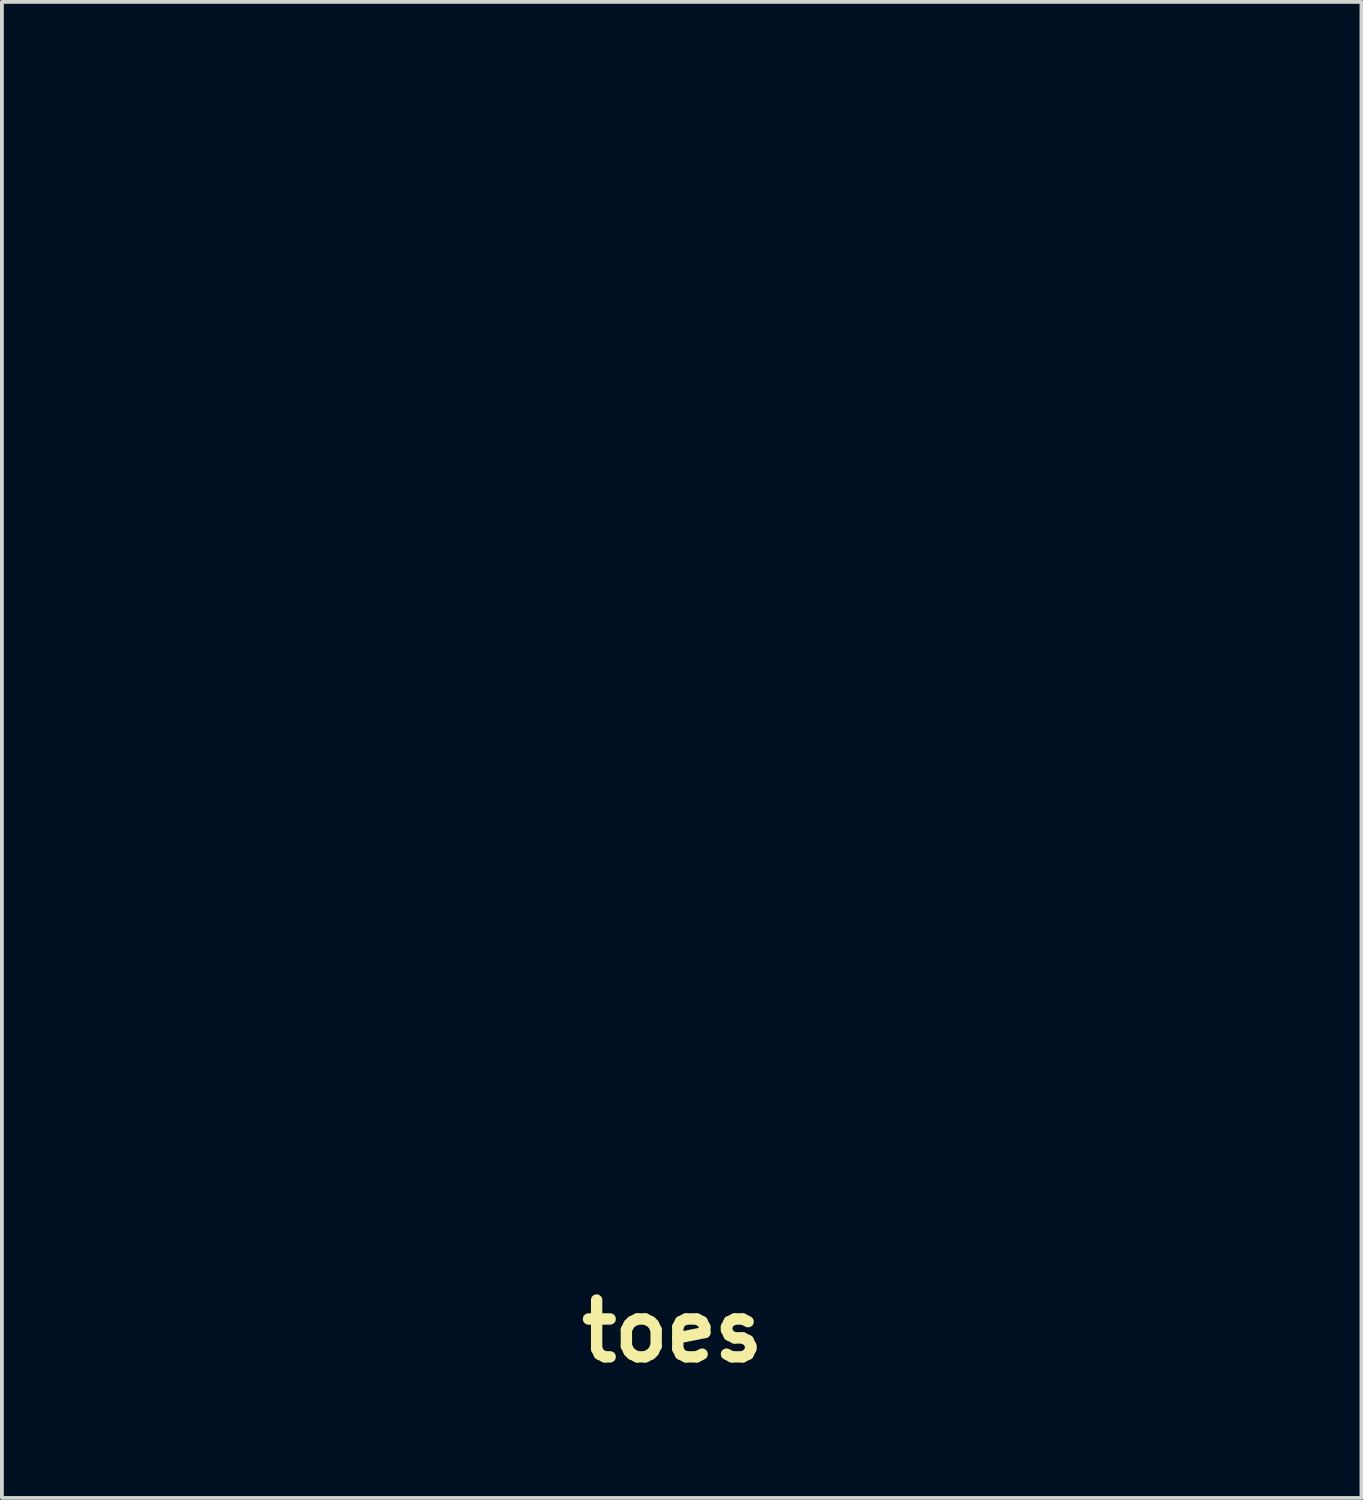
<source format=kicad_pcb>
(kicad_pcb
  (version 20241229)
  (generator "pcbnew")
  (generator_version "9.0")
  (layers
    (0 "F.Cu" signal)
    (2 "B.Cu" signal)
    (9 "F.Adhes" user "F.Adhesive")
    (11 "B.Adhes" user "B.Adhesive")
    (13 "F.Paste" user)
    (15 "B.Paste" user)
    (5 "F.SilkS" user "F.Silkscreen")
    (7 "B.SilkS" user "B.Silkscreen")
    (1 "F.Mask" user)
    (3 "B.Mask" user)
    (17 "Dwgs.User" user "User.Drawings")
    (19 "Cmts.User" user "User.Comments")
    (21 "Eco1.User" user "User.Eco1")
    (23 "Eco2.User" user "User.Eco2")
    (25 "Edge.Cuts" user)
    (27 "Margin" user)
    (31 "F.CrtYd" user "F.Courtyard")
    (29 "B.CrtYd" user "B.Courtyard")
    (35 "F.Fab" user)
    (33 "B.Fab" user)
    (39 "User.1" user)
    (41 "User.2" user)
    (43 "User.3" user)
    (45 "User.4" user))
  (footprint "toes"
    (layer "F.Cu")
    (at 14.705 32.101)
    (property "Reference" "toes" (at 0 0 0) (layer "F.SilkS") (effects (font (size 1.5 1.5) (thickness 0.3))))
    (attr board_only exclude_from_pos_files exclude_from_bom)
    (fp_poly (pts (xy -13.063 -19.01) (xy -12.696 -18.828) (xy -12.365 -18.52) (xy -12.091 -18.094) (xy -11.967 -17.798) (xy -11.885 -17.454) (xy -11.834 -17.018) (xy -11.815 -16.544) (xy -11.828 -16.085) (xy -11.875 -15.696) (xy -11.935 -15.475) (xy -12.195 -14.986) (xy -12.518 -14.641) (xy -12.894 -14.448) (xy -13.316 -14.411) (xy -13.499 -14.442) (xy -13.813 -14.595) (xy -14.119 -14.88) (xy -14.384 -15.267) (xy -14.437 -15.369) (xy -14.552 -15.628) (xy -14.627 -15.874) (xy -14.672 -16.161) (xy -14.699 -16.543) (xy -14.705 -16.707) (xy -14.702 -17.048) (xy -14.7 -17.359) (xy -14.624 -17.882) (xy -14.472 -18.3) (xy -14.236 -18.641) (xy -14.173 -18.707) (xy -13.823 -18.958) (xy -13.446 -19.056)) (stroke (width 0) (type solid)) (fill yes) (layer "F.Mask"))
    (fp_poly (pts (xy -5.073 -27.011) (xy -4.562 -26.839) (xy -4.52 -26.818) (xy -4.07 -26.494) (xy -3.704 -26.052) (xy -3.419 -25.512) (xy -3.215 -24.897) (xy -3.09 -24.228) (xy -3.043 -23.528) (xy -3.071 -22.818) (xy -3.173 -22.119) (xy -3.348 -21.454) (xy -3.593 -20.844) (xy -3.909 -20.311) (xy -4.292 -19.876) (xy -4.742 -19.563) (xy -5.049 -19.439) (xy -5.353 -19.357) (xy -5.576 -19.327) (xy -5.796 -19.347) (xy -6.022 -19.395) (xy -6.45 -19.578) (xy -6.856 -19.903) (xy -7.217 -20.347) (xy -7.512 -20.885) (xy -7.648 -21.243) (xy -7.771 -21.769) (xy -7.847 -22.396) (xy -7.865 -22.837) (xy -7.874 -23.063) (xy -7.849 -23.709) (xy -7.771 -24.266) (xy -7.559 -25.019) (xy -7.27 -25.666) (xy -6.916 -26.198) (xy -6.508 -26.608) (xy -6.057 -26.886) (xy -5.575 -27.023)) (stroke (width 0) (type solid)) (fill yes) (layer "F.Mask"))
    (fp_poly (pts (xy 2.484 -29.566) (xy 2.979 -29.337) (xy 3.436 -28.96) (xy 3.842 -28.449) (xy 4.184 -27.824) (xy 4.45 -27.1) (xy 4.513 -26.863) (xy 4.603 -26.343) (xy 4.651 -25.715) (xy 4.658 -25.035) (xy 4.625 -24.36) (xy 4.553 -23.745) (xy 4.469 -23.339) (xy 4.203 -22.543) (xy 3.859 -21.836) (xy 3.449 -21.237) (xy 2.987 -20.765) (xy 2.502 -20.448) (xy 2.007 -20.294) (xy 1.458 -20.267) (xy 0.912 -20.366) (xy 0.599 -20.491) (xy 0.121 -20.819) (xy -0.304 -21.295) (xy -0.666 -21.903) (xy -0.955 -22.627) (xy -1.071 -23.035) (xy -1.153 -23.509) (xy -1.199 -24.095) (xy -1.211 -24.74) (xy -1.21 -24.769) (xy -1.189 -25.392) (xy -1.134 -25.998) (xy -1.046 -26.506) (xy -1.025 -26.589) (xy -0.752 -27.403) (xy -0.404 -28.106) (xy 0.008 -28.687) (xy 0.475 -29.14) (xy 0.987 -29.456) (xy 1.534 -29.626) (xy 2.105 -29.642)) (stroke (width 0) (type solid)) (fill yes) (layer "F.Mask"))
    (fp_poly (pts (xy -9.625 -23.096) (xy -9.202 -22.841) (xy -8.849 -22.461) (xy -8.791 -22.375) (xy -8.578 -21.988) (xy -8.43 -21.588) (xy -8.338 -21.132) (xy -8.293 -20.581) (xy -8.285 -20.101) (xy -8.288 -19.648) (xy -8.301 -19.321) (xy -8.33 -19.078) (xy -8.382 -18.878) (xy -8.461 -18.679) (xy -8.504 -18.587) (xy -8.755 -18.153) (xy -9.046 -17.81) (xy -9.347 -17.593) (xy -9.404 -17.568) (xy -9.732 -17.501) (xy -10.112 -17.505) (xy -10.466 -17.574) (xy -10.646 -17.653) (xy -10.998 -17.943) (xy -11.325 -18.353) (xy -11.588 -18.833) (xy -11.627 -18.924) (xy -11.705 -19.143) (xy -11.758 -19.366) (xy -11.791 -19.632) (xy -11.808 -19.98) (xy -11.814 -20.452) (xy -11.814 -20.522) (xy -11.813 -20.794) (xy -11.812 -20.998) (xy -11.801 -21.344) (xy -11.775 -21.599) (xy -11.731 -21.803) (xy -11.663 -21.993) (xy -11.617 -22.098) (xy -11.41 -22.455) (xy -11.137 -22.781) (xy -10.841 -23.036) (xy -10.563 -23.177) (xy -10.552 -23.179) (xy -10.085 -23.214)) (stroke (width 0) (type solid)) (fill yes) (layer "F.Mask"))
    (fp_poly (pts (xy 12.141 -32.032) (xy 12.818 -31.797) (xy 12.842 -31.785) (xy 13.4 -31.425) (xy 13.896 -30.92) (xy 14.323 -30.285) (xy 14.674 -29.532) (xy 14.942 -28.677) (xy 15.121 -27.733) (xy 15.195 -26.914) (xy 15.193 -25.814) (xy 15.081 -24.732) (xy 14.866 -23.685) (xy 14.557 -22.691) (xy 14.162 -21.767) (xy 13.687 -20.931) (xy 13.141 -20.199) (xy 12.532 -19.589) (xy 11.867 -19.118) (xy 11.655 -19.005) (xy 11.066 -18.79) (xy 10.437 -18.691) (xy 9.821 -18.712) (xy 9.361 -18.823) (xy 8.722 -19.14) (xy 8.156 -19.607) (xy 7.668 -20.219) (xy 7.258 -20.973) (xy 6.931 -21.866) (xy 6.878 -22.05) (xy 6.812 -22.308) (xy 6.763 -22.55) (xy 6.729 -22.806) (xy 6.707 -23.11) (xy 6.696 -23.493) (xy 6.692 -23.986) (xy 6.692 -24.257) (xy 6.692 -24.5) (xy 6.696 -25.074) (xy 6.704 -25.538) (xy 6.719 -25.901) (xy 6.746 -26.196) (xy 6.785 -26.458) (xy 6.841 -26.719) (xy 6.917 -27.013) (xy 6.92 -27.024) (xy 7.268 -28.12) (xy 7.689 -29.08) (xy 8.194 -29.926) (xy 8.794 -30.678) (xy 8.843 -30.731) (xy 9.476 -31.317) (xy 10.126 -31.742) (xy 10.791 -32.004) (xy 11.464 -32.101)) (stroke (width 0) (type solid)) (fill yes) (layer "F.Mask"))
    (zone (net_name "") (layer "F.Cu") (hatch edge 0.5) (connect_pads) (min_thickness 0.25) (filled_areas_thickness no) (keepout (tracks not_allowed) (vias not_allowed) (pads not_allowed) (copperpour not_allowed) (footprints not_allowed)) (placement (enabled no)) (fill) (polygon (pts (xy 1.642 13.091) (xy 2.01 13.273) (xy 2.341 13.581) (xy 2.615 14.007) (xy 2.738 14.303) (xy 2.821 14.647) (xy 2.872 15.083) (xy 2.891 15.557) (xy 2.877 16.015) (xy 2.83 16.405) (xy 2.77 16.625) (xy 2.51 17.115) (xy 2.187 17.46) (xy 1.811 17.653) (xy 1.389 17.69) (xy 1.206 17.658) (xy 0.893 17.506) (xy 0.586 17.221) (xy 0.321 16.834) (xy 0.268 16.732) (xy 0.153 16.473) (xy 0.078 16.227) (xy 0.033 15.94) (xy 0.007 15.558) (xy 0 15.393) (xy 0.003 15.053) (xy 0.006 14.741) (xy 0.081 14.219) (xy 0.233 13.801) (xy 0.469 13.46) (xy 0.533 13.394) (xy 0.883 13.143) (xy 1.26 13.045))))
    (zone (net_name "") (layer "F.Cu") (hatch edge 0.5) (connect_pads) (min_thickness 0.25) (filled_areas_thickness no) (keepout (tracks not_allowed) (vias not_allowed) (pads not_allowed) (copperpour not_allowed) (footprints not_allowed)) (placement (enabled no)) (fill) (polygon (pts (xy 9.633 5.09) (xy 10.144 5.261) (xy 10.185 5.283) (xy 10.635 5.606) (xy 11.002 6.049) (xy 11.286 6.589) (xy 11.49 7.204) (xy 11.615 7.872) (xy 11.663 8.573) (xy 11.635 9.283) (xy 11.533 9.982) (xy 11.358 10.647) (xy 11.112 11.257) (xy 10.797 11.79) (xy 10.413 12.224) (xy 9.964 12.538) (xy 9.656 12.661) (xy 9.352 12.744) (xy 9.129 12.773) (xy 8.909 12.754) (xy 8.684 12.706) (xy 8.255 12.523) (xy 7.849 12.198) (xy 7.488 11.753) (xy 7.194 11.216) (xy 7.058 10.858) (xy 6.935 10.332) (xy 6.858 9.705) (xy 6.84 9.264) (xy 6.831 9.038) (xy 6.857 8.392) (xy 6.935 7.835) (xy 7.147 7.082) (xy 7.436 6.435) (xy 7.79 5.902) (xy 8.198 5.493) (xy 8.648 5.215) (xy 9.131 5.078))))
    (zone (net_name "") (layer "F.Cu") (hatch edge 0.5) (connect_pads) (min_thickness 0.25) (filled_areas_thickness no) (keepout (tracks not_allowed) (vias not_allowed) (pads not_allowed) (copperpour not_allowed) (footprints not_allowed)) (placement (enabled no)) (fill) (polygon (pts (xy 17.189 2.535) (xy 17.685 2.763) (xy 18.141 3.141) (xy 18.547 3.651) (xy 18.89 4.277) (xy 19.155 5) (xy 19.219 5.237) (xy 19.309 5.758) (xy 19.357 6.386) (xy 19.364 7.066) (xy 19.331 7.741) (xy 19.258 8.356) (xy 19.174 8.761) (xy 18.908 9.557) (xy 18.564 10.265) (xy 18.154 10.864) (xy 17.693 11.336) (xy 17.207 11.653) (xy 16.712 11.807) (xy 16.164 11.834) (xy 15.618 11.735) (xy 15.304 11.61) (xy 14.826 11.282) (xy 14.401 10.806) (xy 14.039 10.198) (xy 13.75 9.474) (xy 13.634 9.066) (xy 13.553 8.592) (xy 13.506 8.006) (xy 13.494 7.361) (xy 13.495 7.332) (xy 13.516 6.709) (xy 13.572 6.103) (xy 13.66 5.595) (xy 13.68 5.512) (xy 13.954 4.698) (xy 14.301 3.995) (xy 14.714 3.413) (xy 15.181 2.96) (xy 15.692 2.645) (xy 16.239 2.475) (xy 16.811 2.459))))
    (zone (net_name "") (layer "F.Cu") (hatch edge 0.5) (connect_pads) (min_thickness 0.25) (filled_areas_thickness no) (keepout (tracks not_allowed) (vias not_allowed) (pads not_allowed) (copperpour not_allowed) (footprints not_allowed)) (placement (enabled no)) (fill) (polygon (pts (xy 5.08 9.004) (xy 5.503 9.26) (xy 5.857 9.639) (xy 5.915 9.726) (xy 6.127 10.113) (xy 6.275 10.513) (xy 6.367 10.969) (xy 6.412 11.519) (xy 6.421 11.999) (xy 6.418 12.453) (xy 6.404 12.78) (xy 6.375 13.022) (xy 6.324 13.222) (xy 6.244 13.422) (xy 6.202 13.513) (xy 5.95 13.948) (xy 5.659 14.291) (xy 5.358 14.508) (xy 5.301 14.533) (xy 4.974 14.6) (xy 4.593 14.596) (xy 4.239 14.527) (xy 4.059 14.448) (xy 3.707 14.158) (xy 3.38 13.748) (xy 3.117 13.268) (xy 3.079 13.177) (xy 3.001 12.958) (xy 2.947 12.735) (xy 2.915 12.469) (xy 2.898 12.12) (xy 2.892 11.648) (xy 2.892 11.579) (xy 2.893 11.307) (xy 2.893 11.103) (xy 2.905 10.757) (xy 2.93 10.502) (xy 2.974 10.298) (xy 3.043 10.108) (xy 3.088 10.003) (xy 3.296 9.646) (xy 3.568 9.319) (xy 3.864 9.065) (xy 4.143 8.924) (xy 4.153 8.921) (xy 4.62 8.887))))
    (zone (net_name "") (layer "F.Cu") (hatch edge 0.5) (connect_pads) (min_thickness 0.25) (filled_areas_thickness no) (keepout (tracks not_allowed) (vias not_allowed) (pads not_allowed) (copperpour not_allowed) (footprints not_allowed)) (placement (enabled no)) (fill) (polygon (pts (xy 26.846 0.069) (xy 27.523 0.304) (xy 27.547 0.316) (xy 28.105 0.676) (xy 28.601 1.18) (xy 29.028 1.816) (xy 29.379 2.568) (xy 29.647 3.424) (xy 29.826 4.368) (xy 29.901 5.187) (xy 29.898 6.287) (xy 29.786 7.369) (xy 29.572 8.416) (xy 29.263 9.41) (xy 28.867 10.334) (xy 28.392 11.17) (xy 27.847 11.902) (xy 27.238 12.512) (xy 26.573 12.983) (xy 26.36 13.096) (xy 25.772 13.311) (xy 25.143 13.41) (xy 24.527 13.389) (xy 24.066 13.278) (xy 23.427 12.961) (xy 22.862 12.494) (xy 22.373 11.882) (xy 21.963 11.128) (xy 21.636 10.235) (xy 21.584 10.051) (xy 21.517 9.793) (xy 21.468 9.551) (xy 21.434 9.295) (xy 21.413 8.991) (xy 21.401 8.608) (xy 21.397 8.115) (xy 21.398 7.844) (xy 21.398 7.601) (xy 21.401 7.027) (xy 21.409 6.563) (xy 21.425 6.2) (xy 21.451 5.904) (xy 21.491 5.643) (xy 21.547 5.382) (xy 21.622 5.088) (xy 21.625 5.076) (xy 21.973 3.981) (xy 22.394 3.021) (xy 22.899 2.175) (xy 23.499 1.423) (xy 23.548 1.37) (xy 24.181 0.783) (xy 24.832 0.359) (xy 25.496 0.097) (xy 26.169 0)))))
  (gr_rect
    (start -3 -3)
    (end 32.901 36.505)
    (stroke (width 0.1) (type default))
    (fill no)
    (layer "Edge.Cuts")))
</source>
